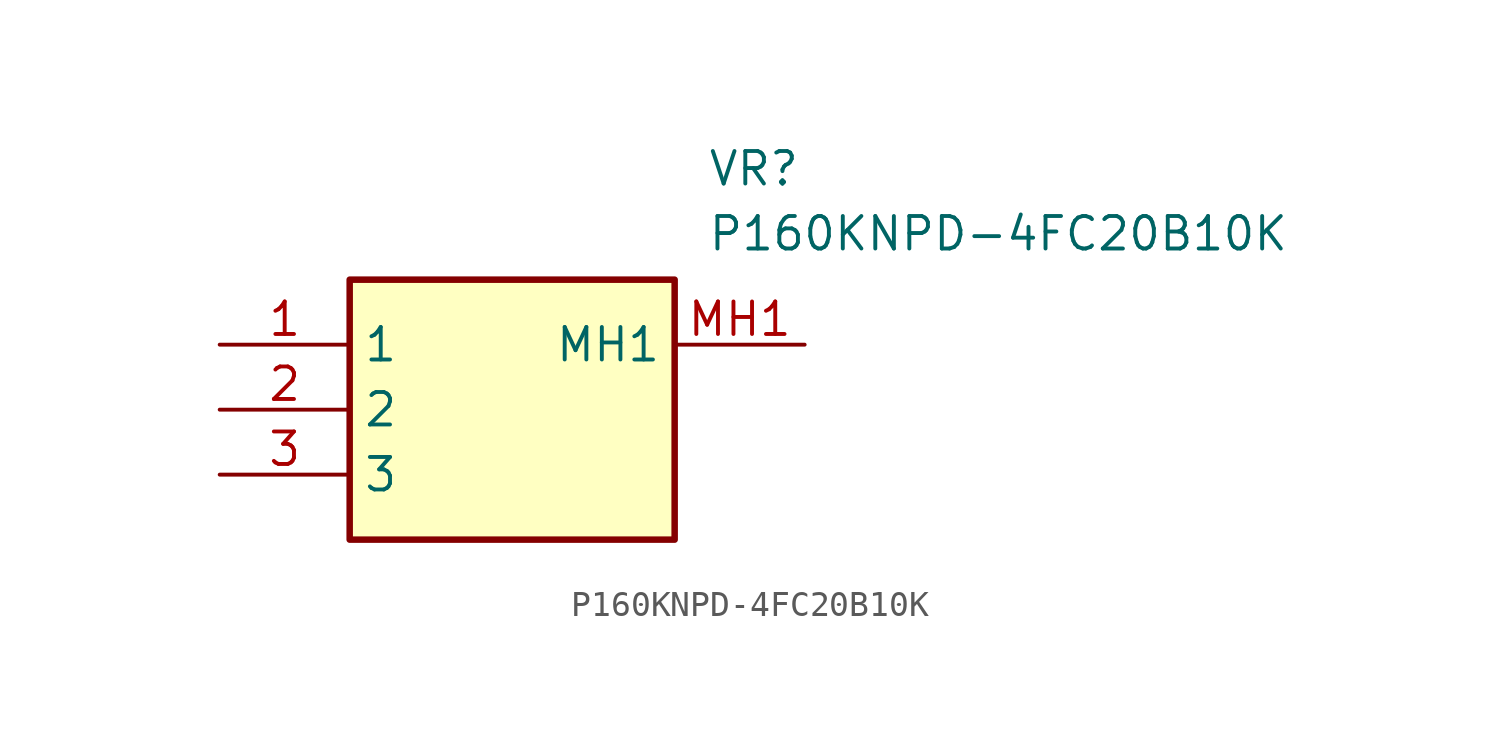
<source format=kicad_sym>
(kicad_symbol_lib
  (version 20211014)
  (generator SamacSys_ECAD_Model)
  (symbol "P160KNPD-4FC20B10K"
    (property "Reference" "VR"
      (at 19.05 7.62 0)
      (effects (font (size 1.27 1.27)) (justify left top)))
    (property "Value" "P160KNPD-4FC20B10K"
      (at 19.05 5.08 0)
      (effects (font (size 1.27 1.27)) (justify left top)))
    (rectangle
      (start 5.08 2.54)
      (end 17.78 -7.62)
      (stroke (width 0.254) (type default))
      (fill (type background)))
    (pin passive line
      (at 0 0 0)
      (length 5.08)
      (name "1" (effects (font (size 1.27 1.27))))
      (number "1" (effects (font (size 1.27 1.27)))))
    (pin passive line
      (at 0 -2.54 0)
      (length 5.08)
      (name "2" (effects (font (size 1.27 1.27))))
      (number "2" (effects (font (size 1.27 1.27)))))
    (pin passive line
      (at 0 -5.08 0)
      (length 5.08)
      (name "3" (effects (font (size 1.27 1.27))))
      (number "3" (effects (font (size 1.27 1.27)))))
    (pin passive line
      (at 22.86 0 180)
      (length 5.08)
      (name "MH1" (effects (font (size 1.27 1.27))))
      (number "MH1" (effects (font (size 1.27 1.27)))))))
</source>
